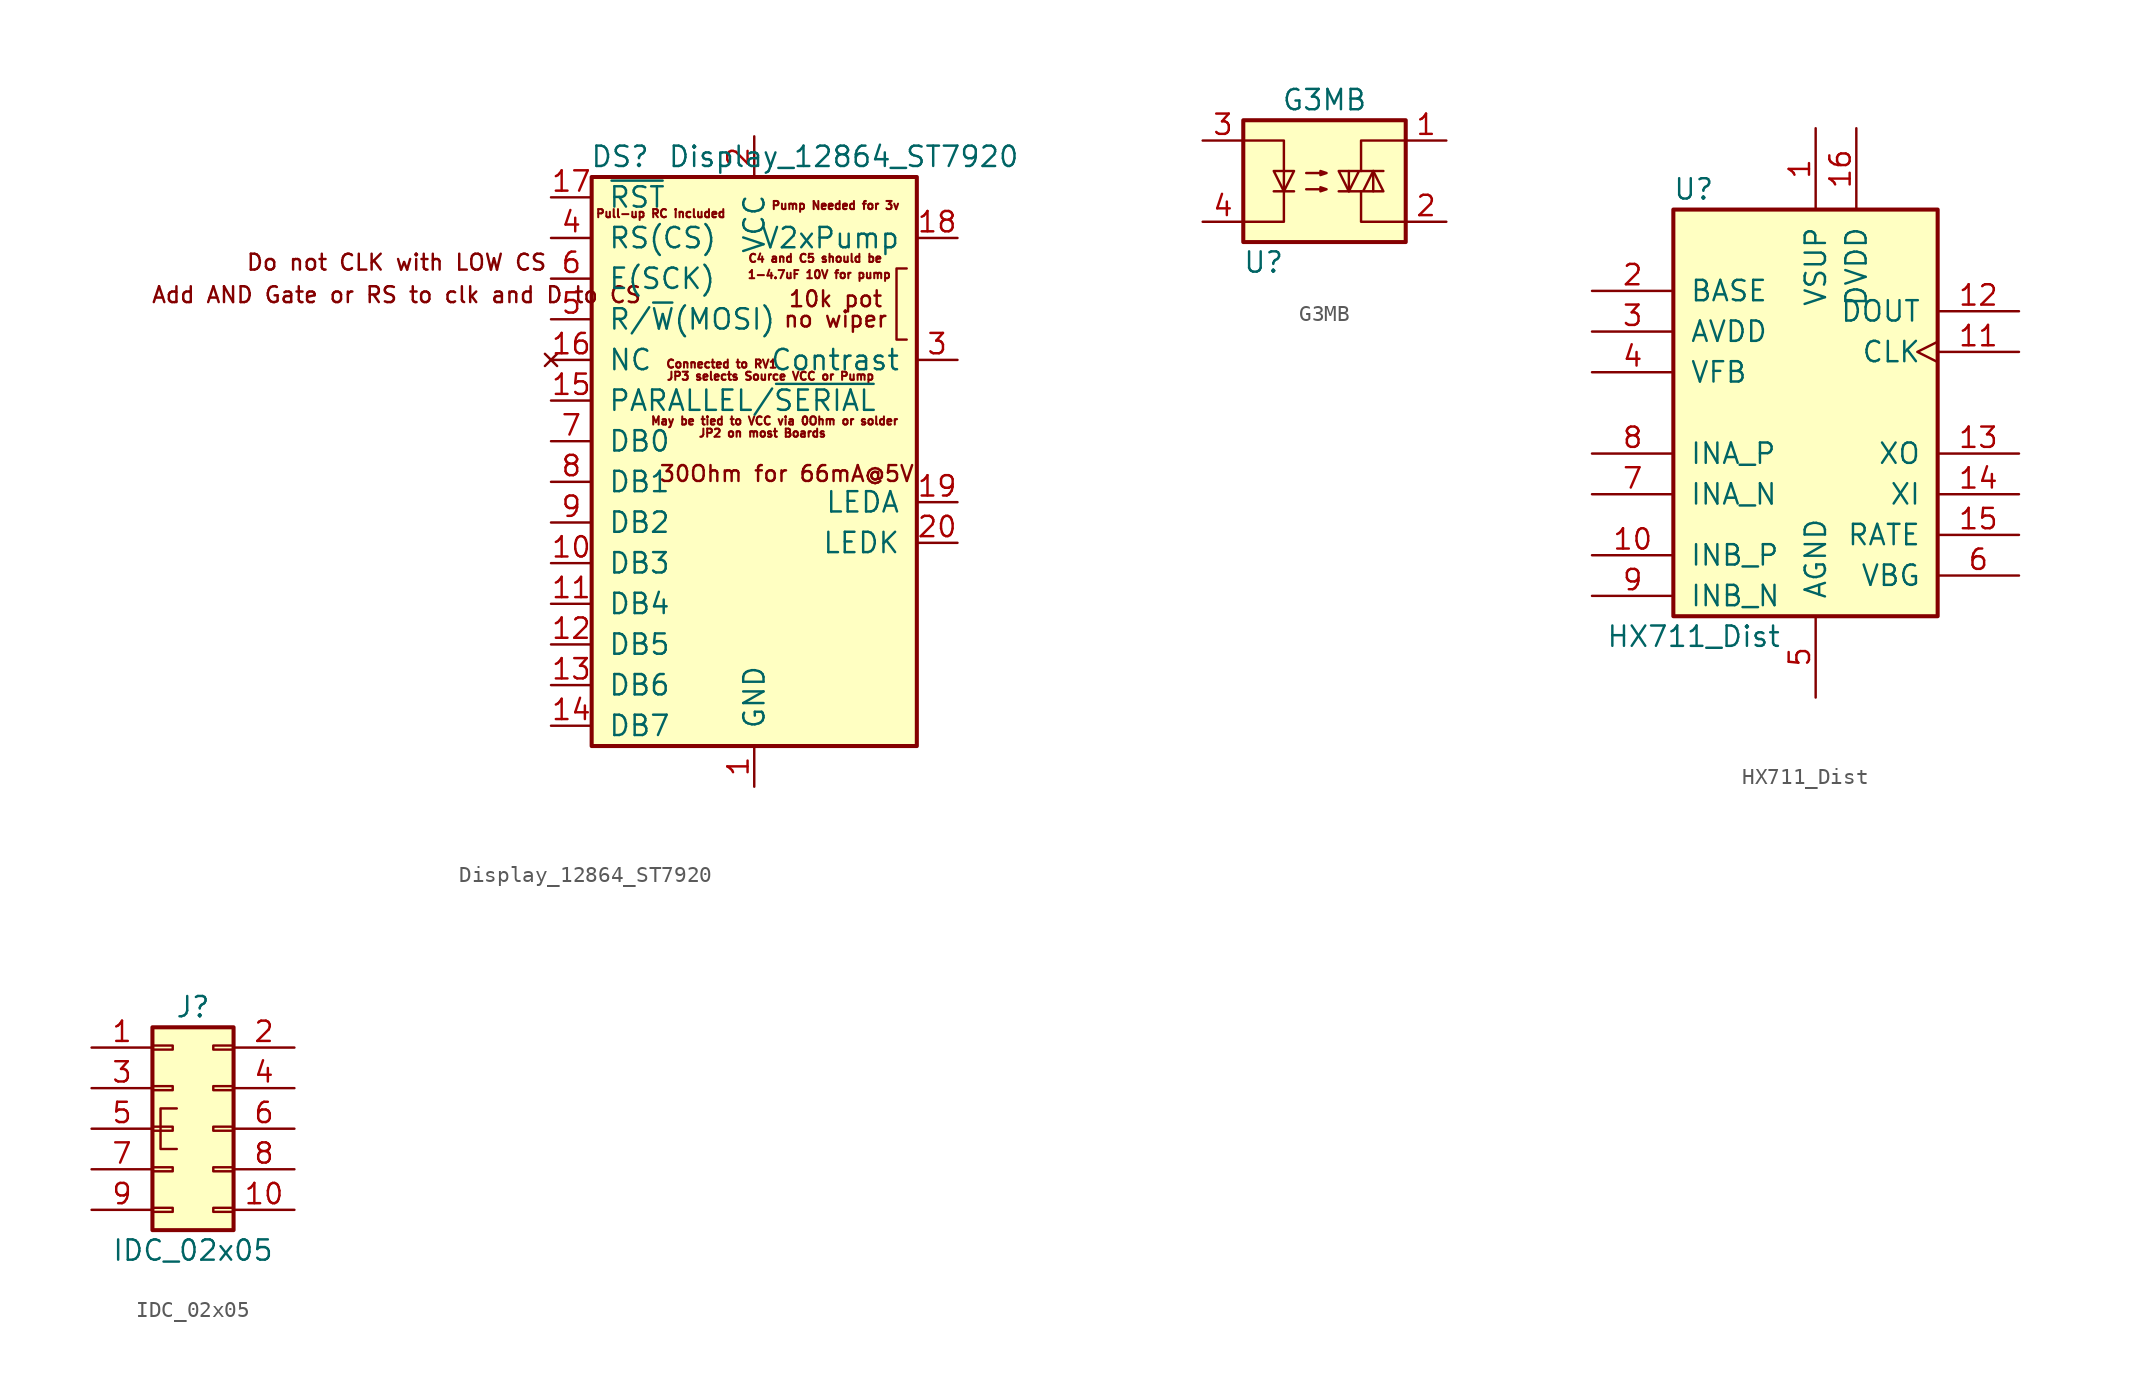
<source format=kicad_sym>
(kicad_symbol_lib
  (version 20231120)
  (generator "kicad_symbol_editor")
  (generator_version "8.0")
  (symbol "Display_12864_ST7920"
    (pin_names
      (offset 1.016))
    (property "Reference" "DS"
      (at -8.382 19.05 0)
      (effects (font (size 1.27 1.27))))
    (property "Value" "Display_12864_ST7920"
      (at 5.588 19.05 0)
      (effects (font (size 1.27 1.27))))
    (symbol "Display_12864_ST7920_0_0"
      (polyline (pts (xy 9.525 12.065) (xy 8.89 12.065) (xy 8.89 7.62) (xy 9.525 7.62)) (stroke (width 0) (type default)) (fill (type none)))
      (text "1-4.7uF 10V for pump" (at 4.064 11.684 0) (effects (font (size 0.508 0.508))))
      (text "10k pot" (at 5.08 10.16 0) (effects (font (size 0.991 0.991))))
      (text "30Ohm for 66mA@5V" (at 2.032 -0.762 0) (effects (font (size 0.991 0.991))))
      (text "Connected to RV1" (at -2.032 6.096 0) (effects (font (size 0.508 0.508))))
      (text "JP2 on most Boards" (at 0.508 1.778 0) (effects (font (size 0.508 0.508))))
      (text "JP3 selects Source VCC or Pump" (at 1.016 5.334 0) (effects (font (size 0.508 0.508))))
      (text "May be tied to VCC via 0Ohm or solder" (at 1.27 2.54 0) (effects (font (size 0.508 0.508))))
      (text "Pull-up RC included" (at -5.842 15.494 0) (effects (font (size 0.508 0.508))))
      (text "Pump Needed for 3v" (at 5.08 16.002 0) (effects (font (size 0.508 0.508)))))
    (symbol "Display_12864_ST7920_0_1"
      (rectangle (start -10.16 17.78) (end 10.16 -17.78) (stroke (width 0.254) (type default)) (fill (type background))))
    (symbol "Display_12864_ST7920_1_1"
      (text "Add AND Gate or RS to clk and D to CS" (at -22.352 10.414 0) (effects (font (size 0.991 0.991))))
      (text "C4 and C5 should be" (at 3.81 12.7 0) (effects (font (size 0.508 0.508))))
      (text "Do not CLK with LOW CS" (at -22.352 12.446 0) (effects (font (size 0.991 0.991))))
      (text "no wiper" (at 5.08 8.89 0) (effects (font (size 0.991 0.991))))
      (pin power_in line (at 0 -20.32 90) (length 2.54) (name "GND" (effects (font (size 1.27 1.27)))) (number "1" (effects (font (size 1.27 1.27)))))
      (pin bidirectional line (at -12.7 -6.35 0) (length 2.54) (name "DB3" (effects (font (size 1.27 1.27)))) (number "10" (effects (font (size 1.27 1.27)))))
      (pin bidirectional line (at -12.7 -8.89 0) (length 2.54) (name "DB4" (effects (font (size 1.27 1.27)))) (number "11" (effects (font (size 1.27 1.27)))))
      (pin bidirectional line (at -12.7 -11.43 0) (length 2.54) (name "DB5" (effects (font (size 1.27 1.27)))) (number "12" (effects (font (size 1.27 1.27)))))
      (pin bidirectional line (at -12.7 -13.97 0) (length 2.54) (name "DB6" (effects (font (size 1.27 1.27)))) (number "13" (effects (font (size 1.27 1.27)))))
      (pin bidirectional line (at -12.7 -16.51 0) (length 2.54) (name "DB7" (effects (font (size 1.27 1.27)))) (number "14" (effects (font (size 1.27 1.27)))))
      (pin input line (at -12.7 3.81 0) (length 2.54) (name "PARALLEL/~{SERIAL}" (effects (font (size 1.27 1.27)))) (number "15" (effects (font (size 1.27 1.27)))))
      (pin no_connect line (at -12.7 6.35 0) (length 2.54) (name "NC" (effects (font (size 1.27 1.27)))) (number "16" (effects (font (size 1.27 1.27)))))
      (pin input line (at -12.7 16.51 0) (length 2.54) (name "~{RST}" (effects (font (size 1.27 1.27)))) (number "17" (effects (font (size 1.27 1.27)))))
      (pin passive line (at 12.7 13.97 180) (length 2.54) (name "V2xPump" (effects (font (size 1.27 1.27)))) (number "18" (effects (font (size 1.27 1.27)))))
      (pin passive line (at 12.7 -2.54 180) (length 2.54) (name "LEDA" (effects (font (size 1.27 1.27)))) (number "19" (effects (font (size 1.27 1.27)))))
      (pin power_in line (at 0 20.32 270) (length 2.54) (name "VCC" (effects (font (size 1.27 1.27)))) (number "2" (effects (font (size 1.27 1.27)))))
      (pin passive line (at 12.7 -5.08 180) (length 2.54) (name "LEDK" (effects (font (size 1.27 1.27)))) (number "20" (effects (font (size 1.27 1.27)))))
      (pin input line (at 12.7 6.35 180) (length 2.54) (name "Contrast" (effects (font (size 1.27 1.27)))) (number "3" (effects (font (size 1.27 1.27)))))
      (pin input line (at -12.7 13.97 0) (length 2.54) (name "RS(CS)" (effects (font (size 1.27 1.27)))) (number "4" (effects (font (size 1.27 1.27)))))
      (pin input line (at -12.7 8.89 0) (length 2.54) (name "R/~{W}(MOSI)" (effects (font (size 1.27 1.27)))) (number "5" (effects (font (size 1.27 1.27)))))
      (pin input line (at -12.7 11.43 0) (length 2.54) (name "E(SCK)" (effects (font (size 1.27 1.27)))) (number "6" (effects (font (size 1.27 1.27)))))
      (pin bidirectional line (at -12.7 1.27 0) (length 2.54) (name "DB0" (effects (font (size 1.27 1.27)))) (number "7" (effects (font (size 1.27 1.27)))))
      (pin bidirectional line (at -12.7 -1.27 0) (length 2.54) (name "DB1" (effects (font (size 1.27 1.27)))) (number "8" (effects (font (size 1.27 1.27)))))
      (pin bidirectional line (at -12.7 -3.81 0) (length 2.54) (name "DB2" (effects (font (size 1.27 1.27)))) (number "9" (effects (font (size 1.27 1.27)))))))
  (symbol "G3MB"
    (pin_names
      (offset 1.016))
    (property "Reference" "U"
      (at -2.54 1.27 0)
      (effects (font (size 1.27 1.27))))
    (property "Value" "G3MB"
      (at 1.27 11.43 0)
      (effects (font (size 1.27 1.27))))
    (symbol "G3MB_1_1"
      (rectangle (start -3.81 10.16) (end 6.35 2.54) (stroke (width 0.254) (type default)) (fill (type background)))
      (polyline (pts (xy -1.905 5.715) (xy -0.635 5.715)) (stroke (width 0) (type default)) (fill (type none)))
      (polyline (pts (xy 2.794 5.715) (xy 2.794 6.985)) (stroke (width 0) (type default)) (fill (type none)))
      (polyline (pts (xy 4.318 6.985) (xy 4.318 5.715)) (stroke (width 0) (type default)) (fill (type none)))
      (polyline (pts (xy 3.556 5.715) (xy 3.556 3.81) (xy 6.35 3.81)) (stroke (width 0) (type default)) (fill (type none)))
      (polyline (pts (xy 3.556 6.985) (xy 3.556 8.89) (xy 6.35 8.89)) (stroke (width 0) (type default)) (fill (type none)))
      (polyline (pts (xy -3.81 8.89) (xy -1.27 8.89) (xy -1.27 3.81) (xy -3.81 3.81)) (stroke (width 0) (type default)) (fill (type none)))
      (polyline (pts (xy -1.27 5.715) (xy -1.905 6.985) (xy -0.635 6.985) (xy -1.27 5.715)) (stroke (width 0) (type default)) (fill (type none)))
      (polyline (pts (xy 2.159 5.715) (xy 4.953 5.715) (xy 4.318 6.985) (xy 3.683 5.715)) (stroke (width 0) (type default)) (fill (type none)))
      (polyline (pts (xy 4.953 6.985) (xy 2.159 6.985) (xy 2.794 5.715) (xy 3.429 6.985)) (stroke (width 0) (type default)) (fill (type none)))
      (polyline (pts (xy 0.127 5.842) (xy 1.397 5.842) (xy 1.016 5.715) (xy 1.016 5.969) (xy 1.397 5.842)) (stroke (width 0) (type default)) (fill (type none)))
      (polyline (pts (xy 0.127 6.858) (xy 1.397 6.858) (xy 1.016 6.731) (xy 1.016 6.985) (xy 1.397 6.858)) (stroke (width 0) (type default)) (fill (type none)))
      (pin passive line (at 8.89 8.89 180) (length 2.54) (name "~" (effects (font (size 1.27 1.27)))) (number "1" (effects (font (size 1.27 1.27)))))
      (pin passive line (at 8.89 3.81 180) (length 2.54) (name "~" (effects (font (size 1.27 1.27)))) (number "2" (effects (font (size 1.27 1.27)))))
      (pin passive line (at -6.35 8.89 0) (length 2.54) (name "~" (effects (font (size 1.27 1.27)))) (number "3" (effects (font (size 1.27 1.27)))))
      (pin passive line (at -6.35 3.81 0) (length 2.54) (name "~" (effects (font (size 1.27 1.27)))) (number "4" (effects (font (size 1.27 1.27)))))))
  (symbol "HX711_Dist"
    (pin_names
      (offset 1.016))
    (property "Reference" "U"
      (at -7.62 13.97 0)
      (effects (font (size 1.27 1.27))))
    (property "Value" "HX711_Dist"
      (at -7.62 -13.97 0)
      (effects (font (size 1.27 1.27))))
    (symbol "HX711_Dist_1_0"
      (pin power_in line (at 0 17.78 270) (length 5.08) (name "VSUP" (effects (font (size 1.27 1.27)))) (number "1" (effects (font (size 1.27 1.27)))))
      (pin input line (at -13.97 -8.89 0) (length 5.08) (name "INB_P" (effects (font (size 1.27 1.27)))) (number "10" (effects (font (size 1.27 1.27)))))
      (pin input clock (at 12.7 3.81 180) (length 5.08) (name "CLK" (effects (font (size 1.27 1.27)))) (number "11" (effects (font (size 1.27 1.27)))))
      (pin output line (at 12.7 6.35 180) (length 5.08) (name "DOUT" (effects (font (size 1.27 1.27)))) (number "12" (effects (font (size 1.27 1.27)))))
      (pin input line (at 12.7 -2.54 180) (length 5.08) (name "XO" (effects (font (size 1.27 1.27)))) (number "13" (effects (font (size 1.27 1.27)))))
      (pin input line (at 12.7 -5.08 180) (length 5.08) (name "XI" (effects (font (size 1.27 1.27)))) (number "14" (effects (font (size 1.27 1.27)))))
      (pin input line (at 12.7 -7.62 180) (length 5.08) (name "RATE" (effects (font (size 1.27 1.27)))) (number "15" (effects (font (size 1.27 1.27)))))
      (pin power_in line (at 2.54 17.78 270) (length 5.08) (name "DVDD" (effects (font (size 1.27 1.27)))) (number "16" (effects (font (size 1.27 1.27)))))
      (pin output line (at -13.97 7.62 0) (length 5.08) (name "BASE" (effects (font (size 1.27 1.27)))) (number "2" (effects (font (size 1.27 1.27)))))
      (pin input line (at -13.97 2.54 0) (length 5.08) (name "VFB" (effects (font (size 1.27 1.27)))) (number "4" (effects (font (size 1.27 1.27)))))
      (pin power_in line (at 0 -17.78 90) (length 5.08) (name "AGND" (effects (font (size 1.27 1.27)))) (number "5" (effects (font (size 1.27 1.27)))))
      (pin output line (at 12.7 -10.16 180) (length 5.08) (name "VBG" (effects (font (size 1.27 1.27)))) (number "6" (effects (font (size 1.27 1.27)))))
      (pin input line (at -13.97 -5.08 0) (length 5.08) (name "INA_N" (effects (font (size 1.27 1.27)))) (number "7" (effects (font (size 1.27 1.27)))))
      (pin input line (at -13.97 -2.54 0) (length 5.08) (name "INA_P" (effects (font (size 1.27 1.27)))) (number "8" (effects (font (size 1.27 1.27)))))
      (pin input line (at -13.97 -11.43 0) (length 5.08) (name "INB_N" (effects (font (size 1.27 1.27)))) (number "9" (effects (font (size 1.27 1.27))))))
    (symbol "HX711_Dist_1_1"
      (rectangle (start -8.89 12.7) (end 7.62 -12.7) (stroke (width 0.254) (type default)) (fill (type background)))
      (pin input line (at -13.97 5.08 0) (length 5.08) (name "AVDD" (effects (font (size 1.27 1.27)))) (number "3" (effects (font (size 1.27 1.27)))))))
  (symbol "IDC_02x05"
    (pin_names
      (offset 1.016) hide)
    (property "Reference" "J"
      (at 1.27 7.62 0)
      (effects (font (size 1.27 1.27))))
    (property "Value" "IDC_02x05"
      (at 1.27 -7.62 0)
      (effects (font (size 1.27 1.27))))
    (symbol "IDC_02x05_0_1"
      (polyline (pts (xy 0.254 -1.27) (xy -0.762 -1.27) (xy -0.762 1.27) (xy 0.254 1.27)) (stroke (width 0) (type default)) (fill (type none))))
    (symbol "IDC_02x05_1_1"
      (rectangle (start -1.27 -4.953) (end 0 -5.207) (stroke (width 0.152) (type default)) (fill (type none)))
      (rectangle (start -1.27 -2.413) (end 0 -2.667) (stroke (width 0.152) (type default)) (fill (type none)))
      (rectangle (start -1.27 0.127) (end 0 -0.127) (stroke (width 0.152) (type default)) (fill (type none)))
      (rectangle (start -1.27 2.667) (end 0 2.413) (stroke (width 0.152) (type default)) (fill (type none)))
      (rectangle (start -1.27 5.207) (end 0 4.953) (stroke (width 0.152) (type default)) (fill (type none)))
      (rectangle (start -1.27 6.35) (end 3.81 -6.35) (stroke (width 0.254) (type default)) (fill (type background)))
      (rectangle (start 3.81 -4.953) (end 2.54 -5.207) (stroke (width 0.152) (type default)) (fill (type none)))
      (rectangle (start 3.81 -2.413) (end 2.54 -2.667) (stroke (width 0.152) (type default)) (fill (type none)))
      (rectangle (start 3.81 0.127) (end 2.54 -0.127) (stroke (width 0.152) (type default)) (fill (type none)))
      (rectangle (start 3.81 2.667) (end 2.54 2.413) (stroke (width 0.152) (type default)) (fill (type none)))
      (rectangle (start 3.81 5.207) (end 2.54 4.953) (stroke (width 0.152) (type default)) (fill (type none)))
      (pin passive line (at -5.08 5.08 0) (length 3.81) (name "Pin_1" (effects (font (size 1.27 1.27)))) (number "1" (effects (font (size 1.27 1.27)))))
      (pin passive line (at 7.62 -5.08 180) (length 3.81) (name "Pin_10" (effects (font (size 1.27 1.27)))) (number "10" (effects (font (size 1.27 1.27)))))
      (pin passive line (at 7.62 5.08 180) (length 3.81) (name "Pin_2" (effects (font (size 1.27 1.27)))) (number "2" (effects (font (size 1.27 1.27)))))
      (pin passive line (at -5.08 2.54 0) (length 3.81) (name "Pin_3" (effects (font (size 1.27 1.27)))) (number "3" (effects (font (size 1.27 1.27)))))
      (pin passive line (at 7.62 2.54 180) (length 3.81) (name "Pin_4" (effects (font (size 1.27 1.27)))) (number "4" (effects (font (size 1.27 1.27)))))
      (pin passive line (at -5.08 0 0) (length 3.81) (name "Pin_5" (effects (font (size 1.27 1.27)))) (number "5" (effects (font (size 1.27 1.27)))))
      (pin passive line (at 7.62 0 180) (length 3.81) (name "Pin_6" (effects (font (size 1.27 1.27)))) (number "6" (effects (font (size 1.27 1.27)))))
      (pin passive line (at -5.08 -2.54 0) (length 3.81) (name "Pin_7" (effects (font (size 1.27 1.27)))) (number "7" (effects (font (size 1.27 1.27)))))
      (pin passive line (at 7.62 -2.54 180) (length 3.81) (name "Pin_8" (effects (font (size 1.27 1.27)))) (number "8" (effects (font (size 1.27 1.27)))))
      (pin passive line (at -5.08 -5.08 0) (length 3.81) (name "Pin_9" (effects (font (size 1.27 1.27)))) (number "9" (effects (font (size 1.27 1.27))))))))
</source>
